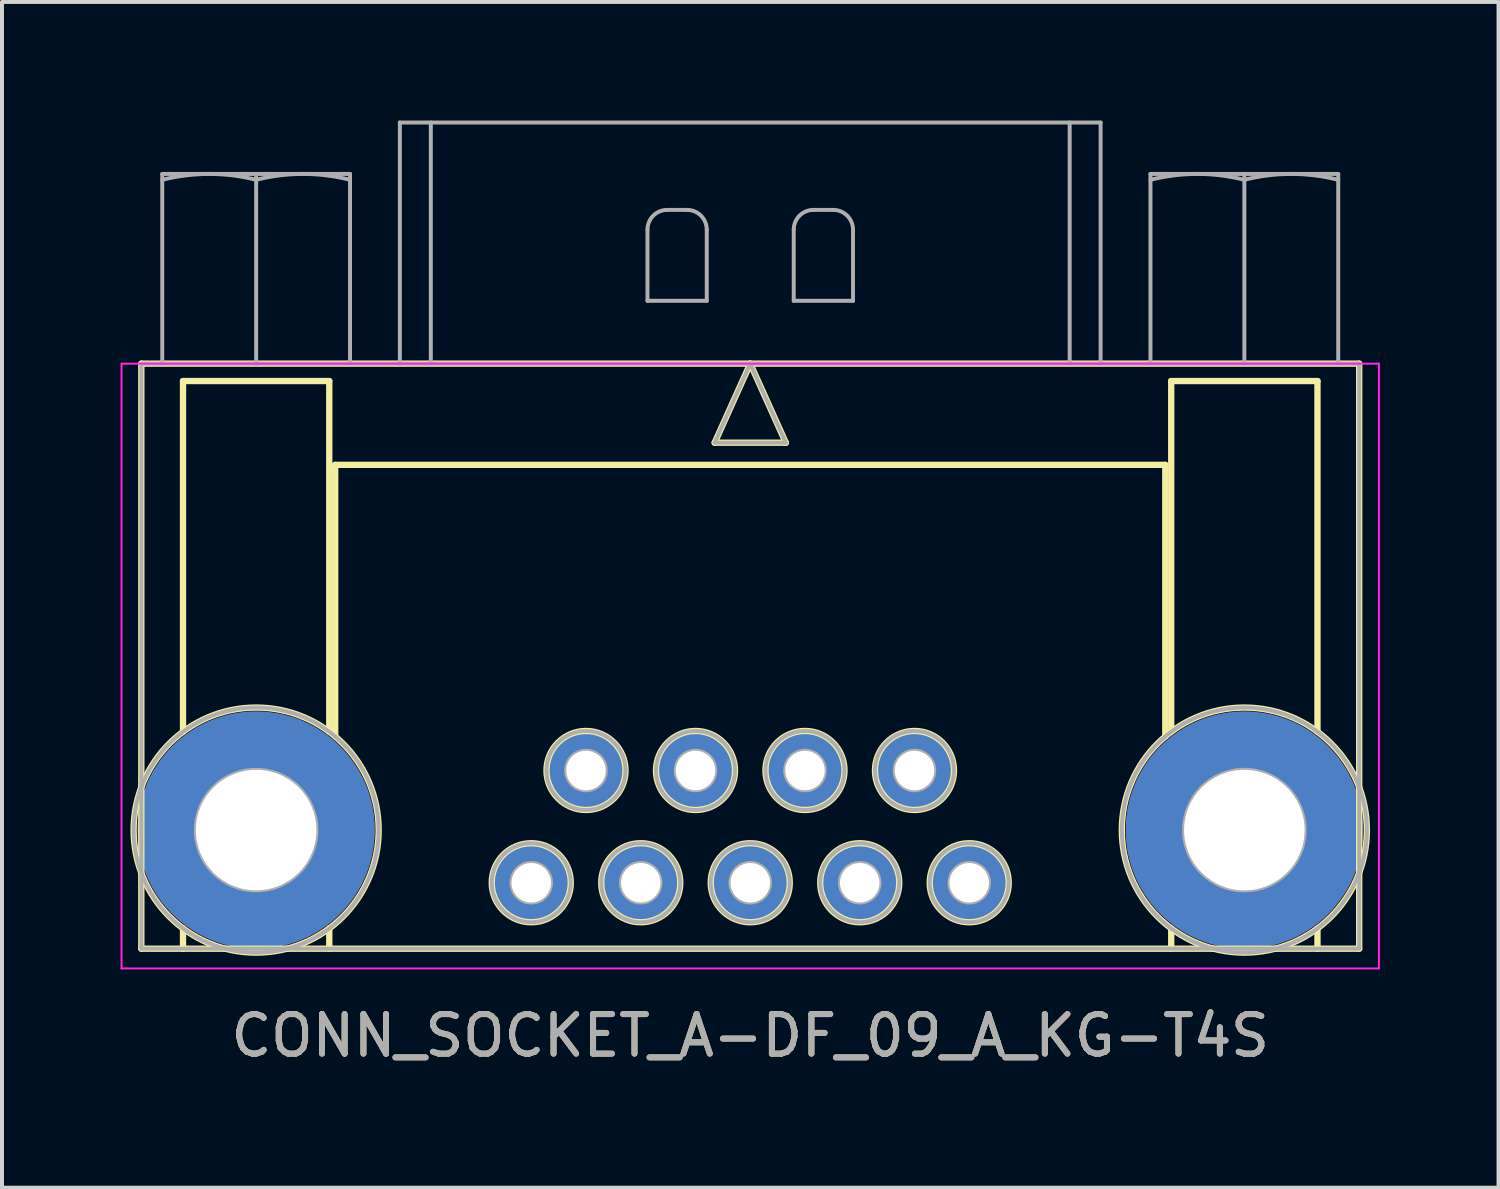
<source format=kicad_pcb>
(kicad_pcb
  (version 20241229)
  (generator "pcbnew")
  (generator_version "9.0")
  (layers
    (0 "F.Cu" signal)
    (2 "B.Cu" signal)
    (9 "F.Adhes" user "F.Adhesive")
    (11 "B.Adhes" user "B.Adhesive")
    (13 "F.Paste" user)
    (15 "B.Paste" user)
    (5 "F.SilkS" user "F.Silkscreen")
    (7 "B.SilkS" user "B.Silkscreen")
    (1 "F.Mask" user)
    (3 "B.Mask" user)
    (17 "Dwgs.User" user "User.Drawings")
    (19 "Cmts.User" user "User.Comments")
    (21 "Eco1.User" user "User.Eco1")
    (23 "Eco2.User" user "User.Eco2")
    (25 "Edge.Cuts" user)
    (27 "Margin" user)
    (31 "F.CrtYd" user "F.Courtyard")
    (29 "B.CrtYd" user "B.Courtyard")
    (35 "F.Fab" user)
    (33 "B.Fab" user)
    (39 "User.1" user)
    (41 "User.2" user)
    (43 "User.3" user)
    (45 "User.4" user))
  (footprint "CONN_SOCKET_A-DF_09_A_KG-T4S"
    (layer "F.Cu")
    (at 15.93 19.283)
    (property "Reference" "CONN_SOCKET_A-DF_09_A_KG-T4S" (at 0 3.867 180) (layer "F.SilkS") (effects (font (size 1 1) (thickness 0.15))))
    (attr through_hole)
    (fp_line (start -15.405 -13.133) (end 15.405 -13.133) (stroke (width 0.16) (type solid)) (layer "F.SilkS"))
    (fp_line (start -15.405 1.667) (end -15.405 -13.133) (stroke (width 0.16) (type solid)) (layer "F.SilkS"))
    (fp_line (start -14.35 -12.693) (end -14.35 -3.82) (stroke (width 0.16) (type solid)) (layer "F.SilkS"))
    (fp_line (start -14.35 1.667) (end -14.35 1.154) (stroke (width 0.16) (type solid)) (layer "F.SilkS"))
    (fp_line (start -10.65 -12.693) (end -14.35 -12.693) (stroke (width 0.16) (type solid)) (layer "F.SilkS"))
    (fp_line (start -10.65 -3.82) (end -10.65 -12.693) (stroke (width 0.16) (type solid)) (layer "F.SilkS"))
    (fp_line (start -10.65 1.667) (end -10.65 1.154) (stroke (width 0.16) (type solid)) (layer "F.SilkS"))
    (fp_line (start -10.5 -10.573) (end -10.5 -3.702) (stroke (width 0.16) (type solid)) (layer "F.SilkS"))
    (fp_line (start -0.9 -11.133) (end 0.9 -11.133) (stroke (width 0.16) (type solid)) (layer "F.SilkS"))
    (fp_line (start 0 -13.133) (end -0.9 -11.133) (stroke (width 0.16) (type solid)) (layer "F.SilkS"))
    (fp_line (start 0.9 -11.133) (end 0 -13.133) (stroke (width 0.16) (type solid)) (layer "F.SilkS"))
    (fp_line (start 10.5 -10.573) (end -10.5 -10.573) (stroke (width 0.16) (type solid)) (layer "F.SilkS"))
    (fp_line (start 10.5 -3.702) (end 10.5 -10.573) (stroke (width 0.16) (type solid)) (layer "F.SilkS"))
    (fp_line (start 10.65 -12.693) (end 14.35 -12.693) (stroke (width 0.16) (type solid)) (layer "F.SilkS"))
    (fp_line (start 10.65 -3.82) (end 10.65 -12.693) (stroke (width 0.16) (type solid)) (layer "F.SilkS"))
    (fp_line (start 10.65 1.667) (end 10.65 1.154) (stroke (width 0.16) (type solid)) (layer "F.SilkS"))
    (fp_line (start 14.35 -12.693) (end 14.35 -3.82) (stroke (width 0.16) (type solid)) (layer "F.SilkS"))
    (fp_line (start 14.35 1.667) (end 14.35 1.154) (stroke (width 0.16) (type solid)) (layer "F.SilkS"))
    (fp_line (start 15.405 -13.133) (end 15.405 1.667) (stroke (width 0.16) (type solid)) (layer "F.SilkS"))
    (fp_line (start 15.405 1.667) (end -15.405 1.667) (stroke (width 0.16) (type solid)) (layer "F.SilkS"))
    (fp_circle (center -12.5 -1.333) (end -9.4 -1.333) (stroke (width 0.16) (type solid)) (fill no) (layer "F.SilkS"))
    (fp_circle (center -5.54 -0.001) (end -4.54 -0.001) (stroke (width 0.16) (type solid)) (fill no) (layer "F.SilkS"))
    (fp_circle (center -4.155 -2.841) (end -3.155 -2.841) (stroke (width 0.16) (type solid)) (fill no) (layer "F.SilkS"))
    (fp_circle (center -2.77 -0.001) (end -1.77 -0.001) (stroke (width 0.16) (type solid)) (fill no) (layer "F.SilkS"))
    (fp_circle (center -1.385 -2.841) (end -0.385 -2.841) (stroke (width 0.16) (type solid)) (fill no) (layer "F.SilkS"))
    (fp_circle (center -0.000003 -0.001) (end 1 -0.001) (stroke (width 0.16) (type solid)) (fill no) (layer "F.SilkS"))
    (fp_circle (center 1.385 -2.841) (end 2.385 -2.841) (stroke (width 0.16) (type solid)) (fill no) (layer "F.SilkS"))
    (fp_circle (center 2.77 -0.001) (end 3.77 -0.001) (stroke (width 0.16) (type solid)) (fill no) (layer "F.SilkS"))
    (fp_circle (center 4.155 -2.841) (end 5.155 -2.841) (stroke (width 0.16) (type solid)) (fill no) (layer "F.SilkS"))
    (fp_circle (center 5.54 -0.001) (end 6.54 -0.001) (stroke (width 0.16) (type solid)) (fill no) (layer "F.SilkS"))
    (fp_circle (center 12.5 -1.333) (end 15.6 -1.333) (stroke (width 0.16) (type solid)) (fill no) (layer "F.SilkS"))
    (fp_line (start -15.905 -13.133) (end -15.905 2.167) (stroke (width 0.05) (type solid)) (layer "F.CrtYd"))
    (fp_line (start -15.905 2.167) (end 15.905 2.167) (stroke (width 0.05) (type solid)) (layer "F.CrtYd"))
    (fp_line (start 15.905 -13.133) (end -15.905 -13.133) (stroke (width 0.05) (type solid)) (layer "F.CrtYd"))
    (fp_line (start 15.905 2.167) (end 15.905 -13.133) (stroke (width 0.05) (type solid)) (layer "F.CrtYd"))
    (fp_line (start -15.405 -13.133) (end 15.405 -13.133) (stroke (width 0.1) (type solid)) (layer "F.Fab"))
    (fp_line (start -15.405 1.667) (end -15.405 -13.133) (stroke (width 0.1) (type solid)) (layer "F.Fab"))
    (fp_line (start -14.875 -17.933) (end -14.875 -13.133) (stroke (width 0.1) (type solid)) (layer "F.Fab"))
    (fp_line (start -12.5 -17.933) (end -12.5 -13.133) (stroke (width 0.1) (type solid)) (layer "F.Fab"))
    (fp_line (start -10.125 -17.933) (end -14.875 -17.933) (stroke (width 0.1) (type solid)) (layer "F.Fab"))
    (fp_line (start -10.125 -17.933) (end -10.125 -13.133) (stroke (width 0.1) (type solid)) (layer "F.Fab"))
    (fp_line (start -8.864 -19.233) (end -8.864 -13.133) (stroke (width 0.1) (type solid)) (layer "F.Fab"))
    (fp_line (start -8.081 -19.233) (end -8.081 -13.133) (stroke (width 0.1) (type solid)) (layer "F.Fab"))
    (fp_line (start -2.6 -14.723) (end -2.6 -16.523) (stroke (width 0.1) (type solid)) (layer "F.Fab"))
    (fp_line (start -2.1 -17.023) (end -1.6 -17.023) (stroke (width 0.1) (type solid)) (layer "F.Fab"))
    (fp_line (start -1.1 -16.523) (end -1.1 -14.723) (stroke (width 0.1) (type solid)) (layer "F.Fab"))
    (fp_line (start -1.1 -14.723) (end -2.6 -14.723) (stroke (width 0.1) (type solid)) (layer "F.Fab"))
    (fp_line (start -0.9 -11.133) (end 0.9 -11.133) (stroke (width 0.1) (type solid)) (layer "F.Fab"))
    (fp_line (start 0 -13.133) (end -0.9 -11.133) (stroke (width 0.1) (type solid)) (layer "F.Fab"))
    (fp_line (start 0.9 -11.133) (end 0 -13.133) (stroke (width 0.1) (type solid)) (layer "F.Fab"))
    (fp_line (start 1.1 -14.723) (end 1.1 -16.523) (stroke (width 0.1) (type solid)) (layer "F.Fab"))
    (fp_line (start 1.6 -17.023) (end 2.1 -17.023) (stroke (width 0.1) (type solid)) (layer "F.Fab"))
    (fp_line (start 2.6 -16.523) (end 2.6 -14.723) (stroke (width 0.1) (type solid)) (layer "F.Fab"))
    (fp_line (start 2.6 -14.723) (end 1.1 -14.723) (stroke (width 0.1) (type solid)) (layer "F.Fab"))
    (fp_line (start 8.081 -19.233) (end 8.081 -13.133) (stroke (width 0.1) (type solid)) (layer "F.Fab"))
    (fp_line (start 8.864 -19.233) (end -8.864 -19.233) (stroke (width 0.1) (type solid)) (layer "F.Fab"))
    (fp_line (start 8.864 -19.233) (end 8.864 -13.133) (stroke (width 0.1) (type solid)) (layer "F.Fab"))
    (fp_line (start 10.125 -17.933) (end 10.125 -13.133) (stroke (width 0.1) (type solid)) (layer "F.Fab"))
    (fp_line (start 12.5 -17.933) (end 12.5 -13.133) (stroke (width 0.1) (type solid)) (layer "F.Fab"))
    (fp_line (start 14.875 -17.933) (end 10.125 -17.933) (stroke (width 0.1) (type solid)) (layer "F.Fab"))
    (fp_line (start 14.875 -17.933) (end 14.875 -13.133) (stroke (width 0.1) (type solid)) (layer "F.Fab"))
    (fp_line (start 15.405 -13.133) (end 15.405 1.667) (stroke (width 0.1) (type solid)) (layer "F.Fab"))
    (fp_line (start 15.405 1.667) (end -15.405 1.667) (stroke (width 0.1) (type solid)) (layer "F.Fab"))
    (fp_arc (start -14.875 -17.783789) (mid -13.687501 -17.932999) (end -12.500001 -17.783789) (stroke (width 0.1) (type solid)) (layer "F.Fab"))
    (fp_arc (start -12.5 -17.783789) (mid -11.3125 -17.932999) (end -10.125 -17.783789) (stroke (width 0.1) (type solid)) (layer "F.Fab"))
    (fp_arc (start -2.600002 -16.523001) (mid -2.453555 -16.876554) (end -2.100002 -17.023001) (stroke (width 0.1) (type solid)) (layer "F.Fab"))
    (fp_arc (start -1.600001 -17.023001) (mid -1.246447 -16.876555) (end -1.100001 -16.523001) (stroke (width 0.1) (type solid)) (layer "F.Fab"))
    (fp_arc (start 1.099998 -16.523001) (mid 1.246445 -16.876554) (end 1.599998 -17.023001) (stroke (width 0.1) (type solid)) (layer "F.Fab"))
    (fp_arc (start 2.099999 -17.023001) (mid 2.453552 -16.876554) (end 2.599999 -16.523001) (stroke (width 0.1) (type solid)) (layer "F.Fab"))
    (fp_arc (start 10.125 -17.783789) (mid 11.3125 -17.932999) (end 12.499999 -17.783789) (stroke (width 0.1) (type solid)) (layer "F.Fab"))
    (fp_arc (start 12.5 -17.783789) (mid 13.6875 -17.932999) (end 14.875 -17.783789) (stroke (width 0.1) (type solid)) (layer "F.Fab"))
    (fp_circle (center -12.5 -1.333) (end -10.975 -1.333) (stroke (width 0.1) (type solid)) (fill no) (layer "F.Fab"))
    (fp_circle (center -12.5 -1.333) (end -9.4 -1.333) (stroke (width 0.1) (type solid)) (fill no) (layer "F.Fab"))
    (fp_circle (center -5.54 -0.001) (end -5.04 -0.001) (stroke (width 0.1) (type solid)) (fill no) (layer "F.Fab"))
    (fp_circle (center -5.54 -0.001) (end -4.54 -0.001) (stroke (width 0.1) (type solid)) (fill no) (layer "F.Fab"))
    (fp_circle (center -4.155 -2.841) (end -3.655 -2.841) (stroke (width 0.1) (type solid)) (fill no) (layer "F.Fab"))
    (fp_circle (center -4.155 -2.841) (end -3.155 -2.841) (stroke (width 0.1) (type solid)) (fill no) (layer "F.Fab"))
    (fp_circle (center -2.77 -0.001) (end -2.27 -0.001) (stroke (width 0.1) (type solid)) (fill no) (layer "F.Fab"))
    (fp_circle (center -2.77 -0.001) (end -1.77 -0.001) (stroke (width 0.1) (type solid)) (fill no) (layer "F.Fab"))
    (fp_circle (center -1.385 -2.841) (end -0.885 -2.841) (stroke (width 0.1) (type solid)) (fill no) (layer "F.Fab"))
    (fp_circle (center -1.385 -2.841) (end -0.385 -2.841) (stroke (width 0.1) (type solid)) (fill no) (layer "F.Fab"))
    (fp_circle (center -0.000003 -0.001) (end 0.5 -0.001) (stroke (width 0.1) (type solid)) (fill no) (layer "F.Fab"))
    (fp_circle (center -0.000003 -0.001) (end 1 -0.001) (stroke (width 0.1) (type solid)) (fill no) (layer "F.Fab"))
    (fp_circle (center 1.385 -2.841) (end 1.885 -2.841) (stroke (width 0.1) (type solid)) (fill no) (layer "F.Fab"))
    (fp_circle (center 1.385 -2.841) (end 2.385 -2.841) (stroke (width 0.1) (type solid)) (fill no) (layer "F.Fab"))
    (fp_circle (center 2.77 -0.001) (end 3.27 -0.001) (stroke (width 0.1) (type solid)) (fill no) (layer "F.Fab"))
    (fp_circle (center 2.77 -0.001) (end 3.77 -0.001) (stroke (width 0.1) (type solid)) (fill no) (layer "F.Fab"))
    (fp_circle (center 4.155 -2.841) (end 4.655 -2.841) (stroke (width 0.1) (type solid)) (fill no) (layer "F.Fab"))
    (fp_circle (center 4.155 -2.841) (end 5.155 -2.841) (stroke (width 0.1) (type solid)) (fill no) (layer "F.Fab"))
    (fp_circle (center 5.54 -0.001) (end 6.04 -0.001) (stroke (width 0.1) (type solid)) (fill no) (layer "F.Fab"))
    (fp_circle (center 5.54 -0.001) (end 6.54 -0.001) (stroke (width 0.1) (type solid)) (fill no) (layer "F.Fab"))
    (fp_circle (center 12.5 -1.333) (end 14.025 -1.333) (stroke (width 0.1) (type solid)) (fill no) (layer "F.Fab"))
    (fp_circle (center 12.5 -1.333) (end 15.6 -1.333) (stroke (width 0.1) (type solid)) (fill no) (layer "F.Fab"))
    (fp_text user "${REFERENCE}" (at 0 3.867 180) (layer "F.Fab") (effects (font (size 1 1) (thickness 0.15))))
    (pad "1" thru_hole circle (at 5.54 0 180) (size 2 2) (drill 1) (layers "*.Cu" "*.Mask"))
    (pad "2" thru_hole circle (at 2.77 0 180) (size 2 2) (drill 1) (layers "*.Cu" "*.Mask"))
    (pad "3" thru_hole circle (at 0 0 180) (size 2 2) (drill 1) (layers "*.Cu" "*.Mask"))
    (pad "4" thru_hole circle (at -2.77 0 180) (size 2 2) (drill 1) (layers "*.Cu" "*.Mask"))
    (pad "5" thru_hole circle (at -5.54 0 180) (size 2 2) (drill 1) (layers "*.Cu" "*.Mask"))
    (pad "6" thru_hole circle (at 4.155 -2.84 180) (size 2 2) (drill 1) (layers "*.Cu" "*.Mask"))
    (pad "7" thru_hole circle (at 1.385 -2.84 180) (size 2 2) (drill 1) (layers "*.Cu" "*.Mask"))
    (pad "8" thru_hole circle (at -1.385 -2.84 180) (size 2 2) (drill 1) (layers "*.Cu" "*.Mask"))
    (pad "9" thru_hole circle (at -4.155 -2.84 180) (size 2 2) (drill 1) (layers "*.Cu" "*.Mask"))
    (pad "10" thru_hole circle (at 12.5 -1.333 180) (size 6 6) (drill 3.05) (layers "*.Cu" "*.Mask"))
    (pad "11" thru_hole circle (at -12.5 -1.333 180) (size 6 6) (drill 3.05) (layers "*.Cu" "*.Mask")))
  (gr_rect
    (start -3 -3)
    (end 34.86 26.998)
    (stroke (width 0.1) (type default))
    (fill no)
    (layer "Edge.Cuts")))
</source>
